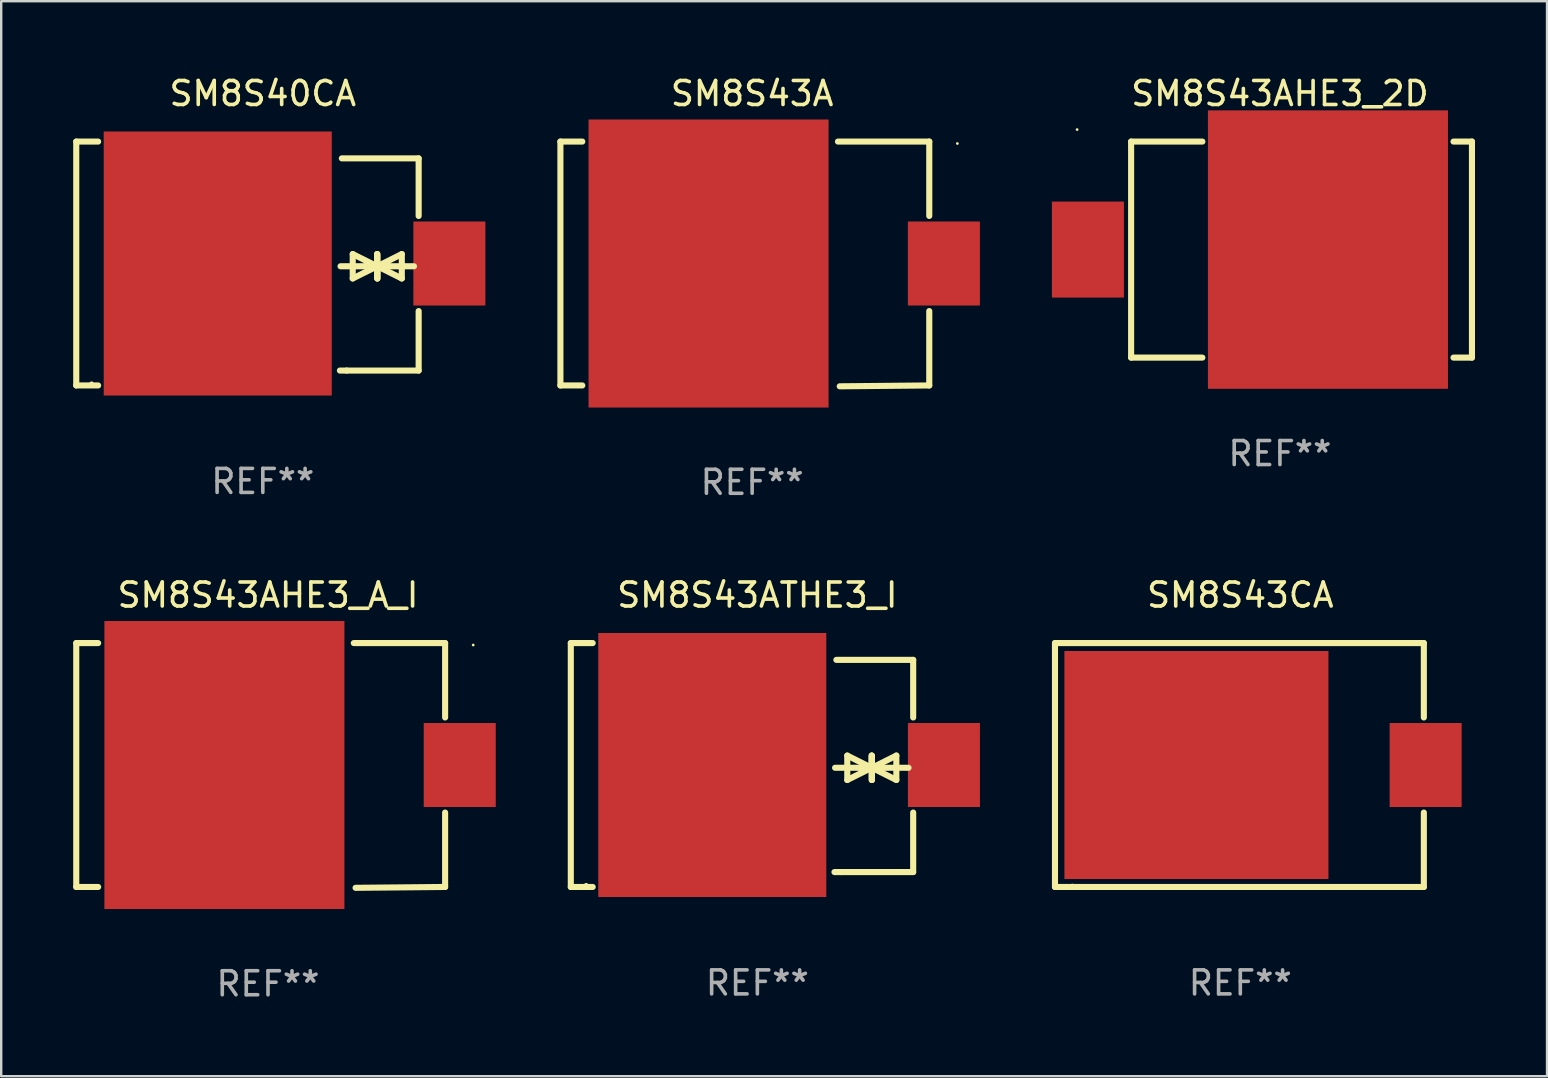
<source format=kicad_pcb>
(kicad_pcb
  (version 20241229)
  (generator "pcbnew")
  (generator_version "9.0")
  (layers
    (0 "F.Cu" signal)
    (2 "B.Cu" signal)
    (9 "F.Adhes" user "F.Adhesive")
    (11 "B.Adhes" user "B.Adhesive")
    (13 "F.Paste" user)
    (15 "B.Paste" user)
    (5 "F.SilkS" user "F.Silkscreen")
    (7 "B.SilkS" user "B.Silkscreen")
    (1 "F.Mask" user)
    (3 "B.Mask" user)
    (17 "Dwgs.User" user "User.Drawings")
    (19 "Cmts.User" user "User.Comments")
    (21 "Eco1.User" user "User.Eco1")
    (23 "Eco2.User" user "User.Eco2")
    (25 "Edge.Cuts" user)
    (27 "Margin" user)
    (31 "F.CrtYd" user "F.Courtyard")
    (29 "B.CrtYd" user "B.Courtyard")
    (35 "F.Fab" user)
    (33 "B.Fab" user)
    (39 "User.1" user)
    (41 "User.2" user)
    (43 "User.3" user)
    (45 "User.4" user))
  (footprint "SM8S40CA"
    (layer "F.Cu")
    (at 7.899 7.928)
    (property "Reference" "SM8S40CA" (at 0 -7.08 0) (layer "F.SilkS") (effects (font (size 1 1) (thickness 0.15))))
    (attr through_hole)
    (fp_line (start -7.772 -5.08) (end -6.86 -5.08) (stroke (width 0.254) (type solid)) (layer "F.SilkS"))
    (fp_line (start -7.772 5.08) (end -7.772 -5.08) (stroke (width 0.254) (type solid)) (layer "F.SilkS"))
    (fp_line (start -7.772 5.08) (end -6.86 5.08) (stroke (width 0.254) (type solid)) (layer "F.SilkS"))
    (fp_line (start 3.238 0.115) (end 5.27 0.115) (stroke (width 0.254) (type solid)) (layer "F.SilkS"))
    (fp_line (start 3.292 -4.38) (end 6.492 -4.38) (stroke (width 0.254) (type solid)) (layer "F.SilkS"))
    (fp_line (start 3.492 4.46) (end 3.212 4.46) (stroke (width 0.254) (type solid)) (layer "F.SilkS"))
    (fp_line (start 3.746 -0.393) (end 3.746 0.623) (stroke (width 0.254) (type solid)) (layer "F.SilkS"))
    (fp_line (start 3.746 0.623) (end 4.762 0.115) (stroke (width 0.254) (type solid)) (layer "F.SilkS"))
    (fp_line (start 4.762 -0.393) (end 4.762 0.623) (stroke (width 0.254) (type solid)) (layer "F.SilkS"))
    (fp_line (start 4.762 0.115) (end 3.746 -0.393) (stroke (width 0.254) (type solid)) (layer "F.SilkS"))
    (fp_line (start 4.762 0.115) (end 4.762 -0.393) (stroke (width 0.254) (type solid)) (layer "F.SilkS"))
    (fp_line (start 4.774 0.115) (end 4.774 0.623) (stroke (width 0.254) (type solid)) (layer "F.SilkS"))
    (fp_line (start 4.774 0.115) (end 5.79 0.623) (stroke (width 0.254) (type solid)) (layer "F.SilkS"))
    (fp_line (start 4.774 0.623) (end 4.774 -0.393) (stroke (width 0.254) (type solid)) (layer "F.SilkS"))
    (fp_line (start 5.79 -0.393) (end 4.774 0.115) (stroke (width 0.254) (type solid)) (layer "F.SilkS"))
    (fp_line (start 5.79 0.623) (end 5.79 -0.393) (stroke (width 0.254) (type solid)) (layer "F.SilkS"))
    (fp_line (start 6.298 0.115) (end 4.266 0.115) (stroke (width 0.254) (type solid)) (layer "F.SilkS"))
    (fp_line (start 6.492 -4.38) (end 6.492 -1.981) (stroke (width 0.254) (type solid)) (layer "F.SilkS"))
    (fp_line (start 6.492 1.981) (end 6.492 4.46) (stroke (width 0.254) (type solid)) (layer "F.SilkS"))
    (fp_line (start 6.492 4.46) (end 3.492 4.46) (stroke (width 0.254) (type solid)) (layer "F.SilkS"))
    (fp_circle (center -7.133 5) (end -7.104 5) (stroke (width 0.06) (type solid)) (fill no) (layer "F.SilkS"))
    (fp_text user "REF**" (at 0 9.08 0) (layer "F.Fab") (effects (font (size 1 1) (thickness 0.15))))
    (pad "1" smd rect (at -1.878 0 90) (size 11 9.5) (layers "F.Cu" "F.Mask" "F.Paste"))
    (pad "2" smd rect (at 7.772 0 90) (size 3.5 3) (layers "F.Cu" "F.Mask" "F.Paste")))
  (footprint "SM8S43AHE3_2D"
    (layer "F.Cu")
    (at 50.273 7.348)
    (property "Reference" "SM8S43AHE3_2D" (at 0 -6.5 0) (layer "F.SilkS") (effects (font (size 1 1) (thickness 0.15))))
    (attr through_hole)
    (fp_line (start -6.2 -4.5) (end -6.2 4.5) (stroke (width 0.254) (type solid)) (layer "F.SilkS"))
    (fp_line (start -6.2 -4.5) (end -3.231 -4.5) (stroke (width 0.254) (type solid)) (layer "F.SilkS"))
    (fp_line (start -6.2 4.5) (end -3.231 4.5) (stroke (width 0.254) (type solid)) (layer "F.SilkS"))
    (fp_line (start 7.231 -4.5) (end 8 -4.5) (stroke (width 0.254) (type solid)) (layer "F.SilkS"))
    (fp_line (start 7.231 4.5) (end 8 4.5) (stroke (width 0.254) (type solid)) (layer "F.SilkS"))
    (fp_line (start 8 -4.5) (end 8 4.5) (stroke (width 0.254) (type solid)) (layer "F.SilkS"))
    (fp_circle (center -8.45 -5) (end -8.42 -5) (stroke (width 0.06) (type solid)) (fill no) (layer "F.SilkS"))
    (fp_text user "REF**" (at 0 8.5 0) (layer "F.Fab") (effects (font (size 1 1) (thickness 0.15))))
    (pad "1" smd rect (at -8 -0.000076 180) (size 3 4) (layers "F.Cu" "F.Mask" "F.Paste"))
    (pad "2" smd rect (at 2 -0.000076 180) (size 10 11.6) (layers "F.Cu" "F.Mask" "F.Paste")))
  (footprint "SM8S43CA"
    (layer "F.Cu")
    (at 48.622 28.821)
    (property "Reference" "SM8S43CA" (at 0 -7.08 0) (layer "F.SilkS") (effects (font (size 1 1) (thickness 0.15))))
    (attr through_hole)
    (fp_line (start -7.721 -5.08) (end 7.646 -5.08) (stroke (width 0.254) (type solid)) (layer "F.SilkS"))
    (fp_line (start -7.721 5.08) (end -7.721 -5.08) (stroke (width 0.254) (type solid)) (layer "F.SilkS"))
    (fp_line (start 7.646 -5.08) (end 7.646 -1.981) (stroke (width 0.254) (type solid)) (layer "F.SilkS"))
    (fp_line (start 7.646 1.981) (end 7.646 5.08) (stroke (width 0.254) (type solid)) (layer "F.SilkS"))
    (fp_line (start 7.646 5.08) (end -7.721 5.08) (stroke (width 0.254) (type solid)) (layer "F.SilkS"))
    (fp_circle (center -7.003 5) (end -6.973 5) (stroke (width 0.06) (type solid)) (fill no) (layer "F.SilkS"))
    (fp_text user "REF**" (at 0 9.08 0) (layer "F.Fab") (effects (font (size 1 1) (thickness 0.15))))
    (pad "1" smd rect (at -1.828 0) (size 11 9.5) (layers "F.Cu" "F.Mask" "F.Paste"))
    (pad "2" smd rect (at 7.721 0 90) (size 3.5 3) (layers "F.Cu" "F.Mask" "F.Paste")))
  (footprint "SM8S43ATHE3_I"
    (layer "F.Cu")
    (at 28.502 28.821)
    (property "Reference" "SM8S43ATHE3_I" (at 0 -7.08 0) (layer "F.SilkS") (effects (font (size 1 1) (thickness 0.15))))
    (attr through_hole)
    (fp_line (start -7.772 -5.08) (end -6.86 -5.08) (stroke (width 0.254) (type solid)) (layer "F.SilkS"))
    (fp_line (start -7.772 5.08) (end -7.772 -5.08) (stroke (width 0.254) (type solid)) (layer "F.SilkS"))
    (fp_line (start -7.772 5.08) (end -6.86 5.08) (stroke (width 0.254) (type solid)) (layer "F.SilkS"))
    (fp_line (start 3.238 0.115) (end 5.27 0.115) (stroke (width 0.254) (type solid)) (layer "F.SilkS"))
    (fp_line (start 3.292 -4.38) (end 6.492 -4.38) (stroke (width 0.254) (type solid)) (layer "F.SilkS"))
    (fp_line (start 3.492 4.46) (end 3.212 4.46) (stroke (width 0.254) (type solid)) (layer "F.SilkS"))
    (fp_line (start 3.746 -0.393) (end 3.746 0.623) (stroke (width 0.254) (type solid)) (layer "F.SilkS"))
    (fp_line (start 3.746 0.623) (end 4.762 0.115) (stroke (width 0.254) (type solid)) (layer "F.SilkS"))
    (fp_line (start 4.762 -0.393) (end 4.762 0.623) (stroke (width 0.254) (type solid)) (layer "F.SilkS"))
    (fp_line (start 4.762 0.115) (end 3.746 -0.393) (stroke (width 0.254) (type solid)) (layer "F.SilkS"))
    (fp_line (start 4.762 0.115) (end 4.762 -0.393) (stroke (width 0.254) (type solid)) (layer "F.SilkS"))
    (fp_line (start 4.774 0.115) (end 4.774 0.623) (stroke (width 0.254) (type solid)) (layer "F.SilkS"))
    (fp_line (start 4.774 0.115) (end 5.79 0.623) (stroke (width 0.254) (type solid)) (layer "F.SilkS"))
    (fp_line (start 4.774 0.623) (end 4.774 -0.393) (stroke (width 0.254) (type solid)) (layer "F.SilkS"))
    (fp_line (start 5.79 -0.393) (end 4.774 0.115) (stroke (width 0.254) (type solid)) (layer "F.SilkS"))
    (fp_line (start 5.79 0.623) (end 5.79 -0.393) (stroke (width 0.254) (type solid)) (layer "F.SilkS"))
    (fp_line (start 6.298 0.115) (end 4.266 0.115) (stroke (width 0.254) (type solid)) (layer "F.SilkS"))
    (fp_line (start 6.492 -4.38) (end 6.492 -1.981) (stroke (width 0.254) (type solid)) (layer "F.SilkS"))
    (fp_line (start 6.492 1.981) (end 6.492 4.46) (stroke (width 0.254) (type solid)) (layer "F.SilkS"))
    (fp_line (start 6.492 4.46) (end 3.492 4.46) (stroke (width 0.254) (type solid)) (layer "F.SilkS"))
    (fp_circle (center -7.133 5) (end -7.104 5) (stroke (width 0.06) (type solid)) (fill no) (layer "F.SilkS"))
    (fp_text user "REF**" (at 0 9.08 0) (layer "F.Fab") (effects (font (size 1 1) (thickness 0.15))))
    (pad "1" smd rect (at -1.878 0 90) (size 11 9.5) (layers "F.Cu" "F.Mask" "F.Paste"))
    (pad "2" smd rect (at 7.772 0 90) (size 3.5 3) (layers "F.Cu" "F.Mask" "F.Paste")))
  (footprint "SM8S43A"
    (layer "F.Cu")
    (at 28.285 7.946)
    (property "Reference" "SM8S43A" (at 0 -7.098 0) (layer "F.SilkS") (effects (font (size 1 1) (thickness 0.15))))
    (attr through_hole)
    (fp_line (start -7.988 -5.098) (end -7.076 -5.098) (stroke (width 0.254) (type solid)) (layer "F.SilkS"))
    (fp_line (start -7.988 5.062) (end -7.988 -5.098) (stroke (width 0.254) (type solid)) (layer "F.SilkS"))
    (fp_line (start -7.076 5.062) (end -7.988 5.062) (stroke (width 0.254) (type solid)) (layer "F.SilkS"))
    (fp_line (start 3.575 -5.098) (end 7.379 -5.098) (stroke (width 0.254) (type solid)) (layer "F.SilkS"))
    (fp_line (start 7.379 -5.098) (end 7.379 -1.999) (stroke (width 0.254) (type solid)) (layer "F.SilkS"))
    (fp_line (start 7.379 1.963) (end 7.379 5.062) (stroke (width 0.254) (type solid)) (layer "F.SilkS"))
    (fp_line (start 7.379 5.062) (end 3.648 5.098) (stroke (width 0.254) (type solid)) (layer "F.SilkS"))
    (fp_circle (center 8.549 -5.018) (end 8.579 -5.018) (stroke (width 0.06) (type solid)) (fill no) (layer "F.SilkS"))
    (fp_text user "REF**" (at 0 9.098 0) (layer "F.Fab") (effects (font (size 1 1) (thickness 0.15))))
    (pad "1" smd rect (at 7.988 -0.018 90) (size 3.5 3) (layers "F.Cu" "F.Mask" "F.Paste"))
    (pad "2" smd rect (at -1.816 -0.018 90) (size 12 10) (layers "F.Cu" "F.Mask" "F.Paste")))
  (footprint "SM8S43AHE3_A_I"
    (layer "F.Cu")
    (at 8.115 28.839)
    (property "Reference" "SM8S43AHE3_A_I" (at 0 -7.098 0) (layer "F.SilkS") (effects (font (size 1 1) (thickness 0.15))))
    (attr through_hole)
    (fp_line (start -7.988 -5.098) (end -7.076 -5.098) (stroke (width 0.254) (type solid)) (layer "F.SilkS"))
    (fp_line (start -7.988 5.062) (end -7.988 -5.098) (stroke (width 0.254) (type solid)) (layer "F.SilkS"))
    (fp_line (start -7.076 5.062) (end -7.988 5.062) (stroke (width 0.254) (type solid)) (layer "F.SilkS"))
    (fp_line (start 3.575 -5.098) (end 7.379 -5.098) (stroke (width 0.254) (type solid)) (layer "F.SilkS"))
    (fp_line (start 7.379 -5.098) (end 7.379 -1.999) (stroke (width 0.254) (type solid)) (layer "F.SilkS"))
    (fp_line (start 7.379 1.963) (end 7.379 5.062) (stroke (width 0.254) (type solid)) (layer "F.SilkS"))
    (fp_line (start 7.379 5.062) (end 3.648 5.098) (stroke (width 0.254) (type solid)) (layer "F.SilkS"))
    (fp_circle (center 8.549 -5.018) (end 8.579 -5.018) (stroke (width 0.06) (type solid)) (fill no) (layer "F.SilkS"))
    (fp_text user "REF**" (at 0 9.098 0) (layer "F.Fab") (effects (font (size 1 1) (thickness 0.15))))
    (pad "1" smd rect (at 7.988 -0.018 90) (size 3.5 3) (layers "F.Cu" "F.Mask" "F.Paste"))
    (pad "2" smd rect (at -1.816 -0.018 90) (size 12 10) (layers "F.Cu" "F.Mask" "F.Paste")))
  (gr_rect
    (start -3 -3)
    (end 61.4 41.786)
    (stroke (width 0.1) (type default))
    (fill no)
    (layer "Edge.Cuts")))
</source>
